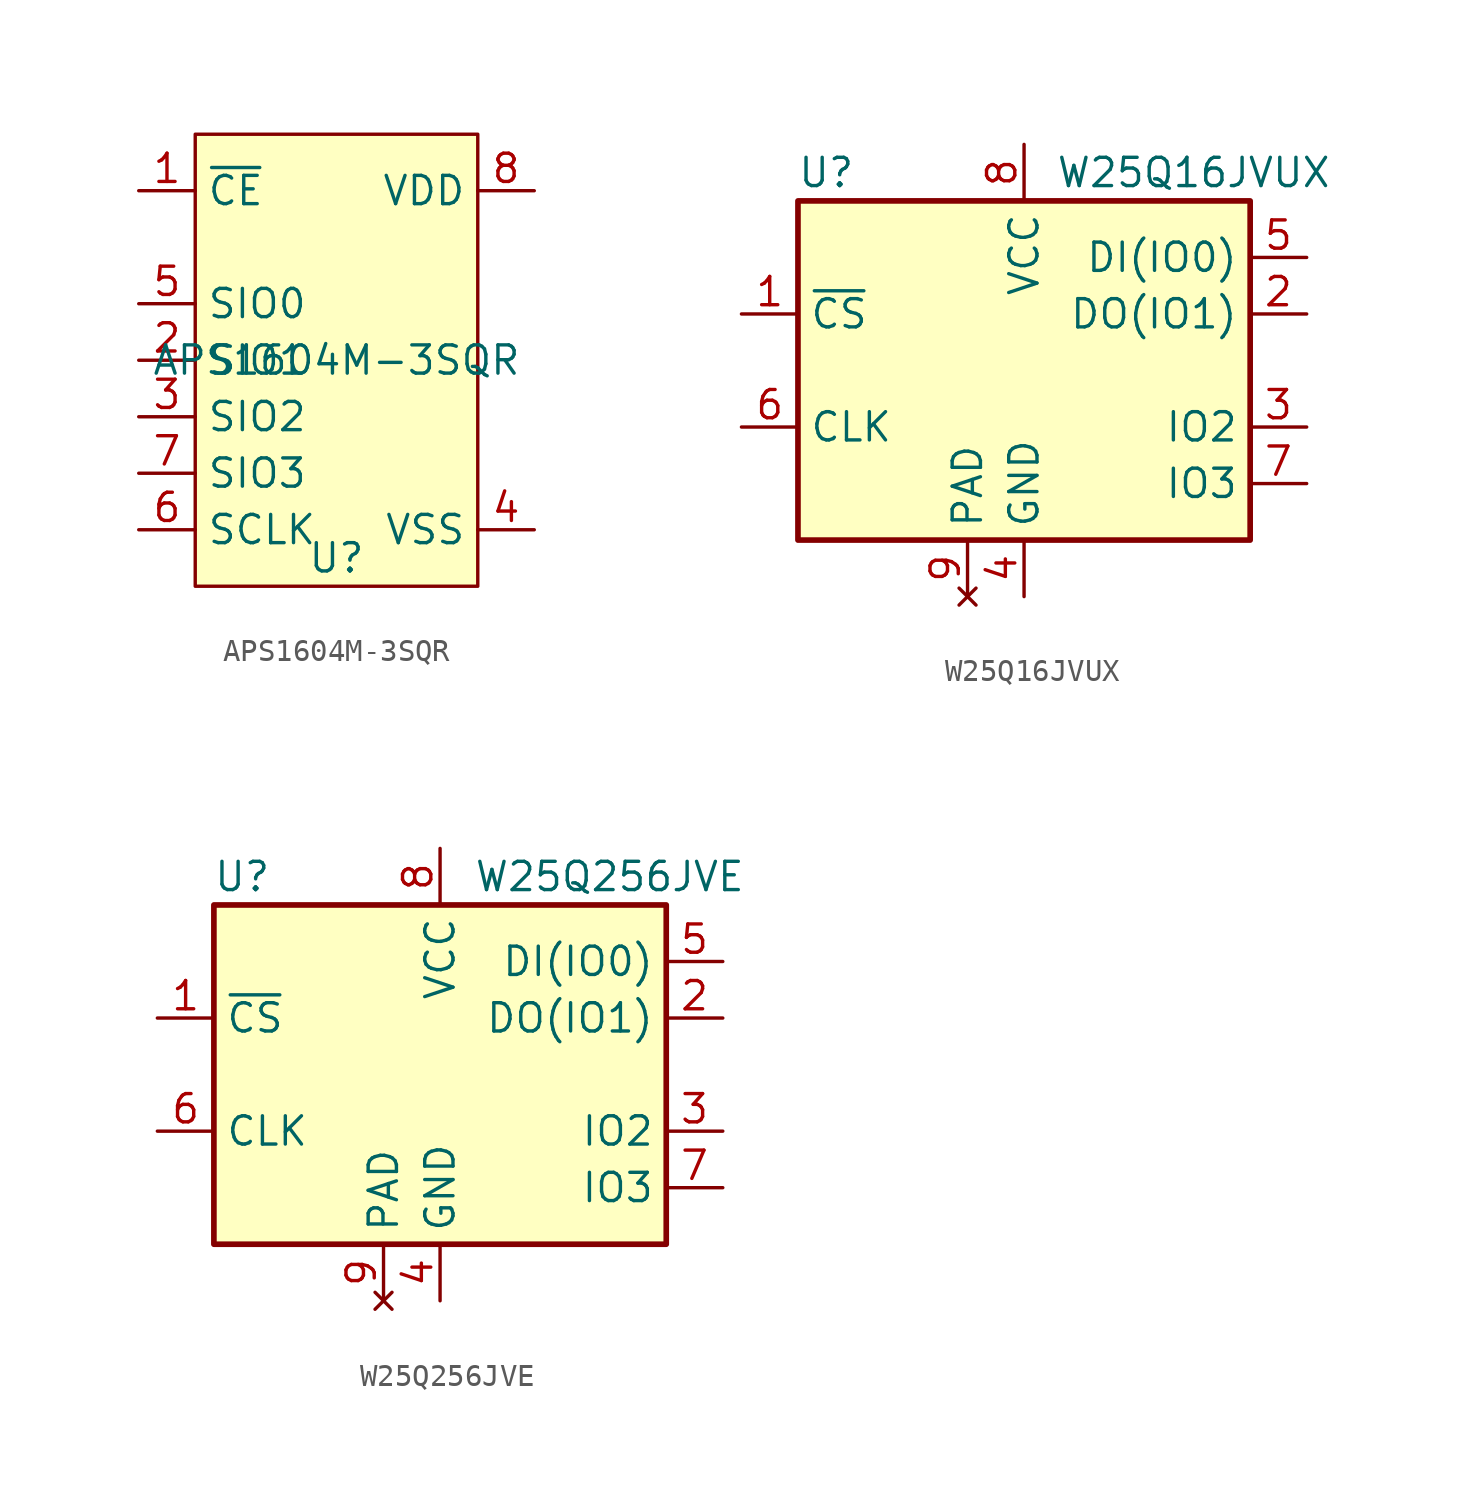
<source format=kicad_sym>
(kicad_symbol_lib
  (version 20220914)
  (generator kicad_symbol_editor)
  (symbol "APS1604M-3SQR"
    (property "Reference" "U"
      (at 0 -8.89 0)
      (effects (font (size 1.27 1.27))))
    (property "Value" "APS1604M-3SQR"
      (at 0 0 0)
      (effects (font (size 1.27 1.27))))
    (symbol "APS1604M-3SQR_1_1"
      (rectangle (start -6.35 10.16) (end 6.35 -10.16) (stroke (width 0) (type default)) (fill (type background)))
      (pin input line (at -8.89 7.62 0) (length 2.54) (name "~{CE}" (effects (font (size 1.27 1.27)))) (number "1" (effects (font (size 1.27 1.27)))))
      (pin bidirectional line (at -8.89 0 0) (length 2.54) (name "SIO1" (effects (font (size 1.27 1.27)))) (number "2" (effects (font (size 1.27 1.27)))))
      (pin bidirectional line (at -8.89 -2.54 0) (length 2.54) (name "SIO2" (effects (font (size 1.27 1.27)))) (number "3" (effects (font (size 1.27 1.27)))))
      (pin power_in line (at 8.89 -7.62 180) (length 2.54) (name "VSS" (effects (font (size 1.27 1.27)))) (number "4" (effects (font (size 1.27 1.27)))))
      (pin bidirectional line (at -8.89 2.54 0) (length 2.54) (name "SIO0" (effects (font (size 1.27 1.27)))) (number "5" (effects (font (size 1.27 1.27)))))
      (pin input line (at -8.89 -7.62 0) (length 2.54) (name "SCLK" (effects (font (size 1.27 1.27)))) (number "6" (effects (font (size 1.27 1.27)))))
      (pin bidirectional line (at -8.89 -5.08 0) (length 2.54) (name "SIO3" (effects (font (size 1.27 1.27)))) (number "7" (effects (font (size 1.27 1.27)))))
      (pin power_in line (at 8.89 7.62 180) (length 2.54) (name "VDD" (effects (font (size 1.27 1.27)))) (number "8" (effects (font (size 1.27 1.27)))))))
  (symbol "W25Q16JVUX"
    (property "Reference" "U"
      (at -8.89 8.89 0)
      (effects (font (size 1.27 1.27))))
    (property "Value" "W25Q16JVUX"
      (at 7.62 8.89 0)
      (effects (font (size 1.27 1.27))))
    (symbol "W25Q16JVUX_0_1"
      (rectangle (start -10.16 7.62) (end 10.16 -7.62) (stroke (width 0.254) (type default)) (fill (type background))))
    (symbol "W25Q16JVUX_1_1"
      (pin input line (at -12.7 2.54 0) (length 2.54) (name "~{CS}" (effects (font (size 1.27 1.27)))) (number "1" (effects (font (size 1.27 1.27)))))
      (pin bidirectional line (at 12.7 2.54 180) (length 2.54) (name "DO(IO1)" (effects (font (size 1.27 1.27)))) (number "2" (effects (font (size 1.27 1.27)))))
      (pin bidirectional line (at 12.7 -2.54 180) (length 2.54) (name "IO2" (effects (font (size 1.27 1.27)))) (number "3" (effects (font (size 1.27 1.27)))))
      (pin power_in line (at 0 -10.16 90) (length 2.54) (name "GND" (effects (font (size 1.27 1.27)))) (number "4" (effects (font (size 1.27 1.27)))))
      (pin bidirectional line (at 12.7 5.08 180) (length 2.54) (name "DI(IO0)" (effects (font (size 1.27 1.27)))) (number "5" (effects (font (size 1.27 1.27)))))
      (pin input line (at -12.7 -2.54 0) (length 2.54) (name "CLK" (effects (font (size 1.27 1.27)))) (number "6" (effects (font (size 1.27 1.27)))))
      (pin bidirectional line (at 12.7 -5.08 180) (length 2.54) (name "IO3" (effects (font (size 1.27 1.27)))) (number "7" (effects (font (size 1.27 1.27)))))
      (pin power_in line (at 0 10.16 270) (length 2.54) (name "VCC" (effects (font (size 1.27 1.27)))) (number "8" (effects (font (size 1.27 1.27)))))
      (pin no_connect line (at -2.54 -10.16 90) (length 2.54) (name "PAD" (effects (font (size 1.27 1.27)))) (number "9" (effects (font (size 1.27 1.27)))))))
  (symbol "W25Q256JVE"
    (property "Reference" "U"
      (at -8.89 8.89 0)
      (effects (font (size 1.27 1.27))))
    (property "Value" "W25Q256JVE"
      (at 7.62 8.89 0)
      (effects (font (size 1.27 1.27))))
    (symbol "W25Q256JVE_0_1"
      (rectangle (start -10.16 7.62) (end 10.16 -7.62) (stroke (width 0.254) (type default)) (fill (type background))))
    (symbol "W25Q256JVE_1_1"
      (pin input line (at -12.7 2.54 0) (length 2.54) (name "~{CS}" (effects (font (size 1.27 1.27)))) (number "1" (effects (font (size 1.27 1.27)))))
      (pin bidirectional line (at 12.7 2.54 180) (length 2.54) (name "DO(IO1)" (effects (font (size 1.27 1.27)))) (number "2" (effects (font (size 1.27 1.27)))))
      (pin bidirectional line (at 12.7 -2.54 180) (length 2.54) (name "IO2" (effects (font (size 1.27 1.27)))) (number "3" (effects (font (size 1.27 1.27)))))
      (pin power_in line (at 0 -10.16 90) (length 2.54) (name "GND" (effects (font (size 1.27 1.27)))) (number "4" (effects (font (size 1.27 1.27)))))
      (pin bidirectional line (at 12.7 5.08 180) (length 2.54) (name "DI(IO0)" (effects (font (size 1.27 1.27)))) (number "5" (effects (font (size 1.27 1.27)))))
      (pin input line (at -12.7 -2.54 0) (length 2.54) (name "CLK" (effects (font (size 1.27 1.27)))) (number "6" (effects (font (size 1.27 1.27)))))
      (pin bidirectional line (at 12.7 -5.08 180) (length 2.54) (name "IO3" (effects (font (size 1.27 1.27)))) (number "7" (effects (font (size 1.27 1.27)))))
      (pin power_in line (at 0 10.16 270) (length 2.54) (name "VCC" (effects (font (size 1.27 1.27)))) (number "8" (effects (font (size 1.27 1.27)))))
      (pin no_connect line (at -2.54 -10.16 90) (length 2.54) (name "PAD" (effects (font (size 1.27 1.27)))) (number "9" (effects (font (size 1.27 1.27))))))))
</source>
